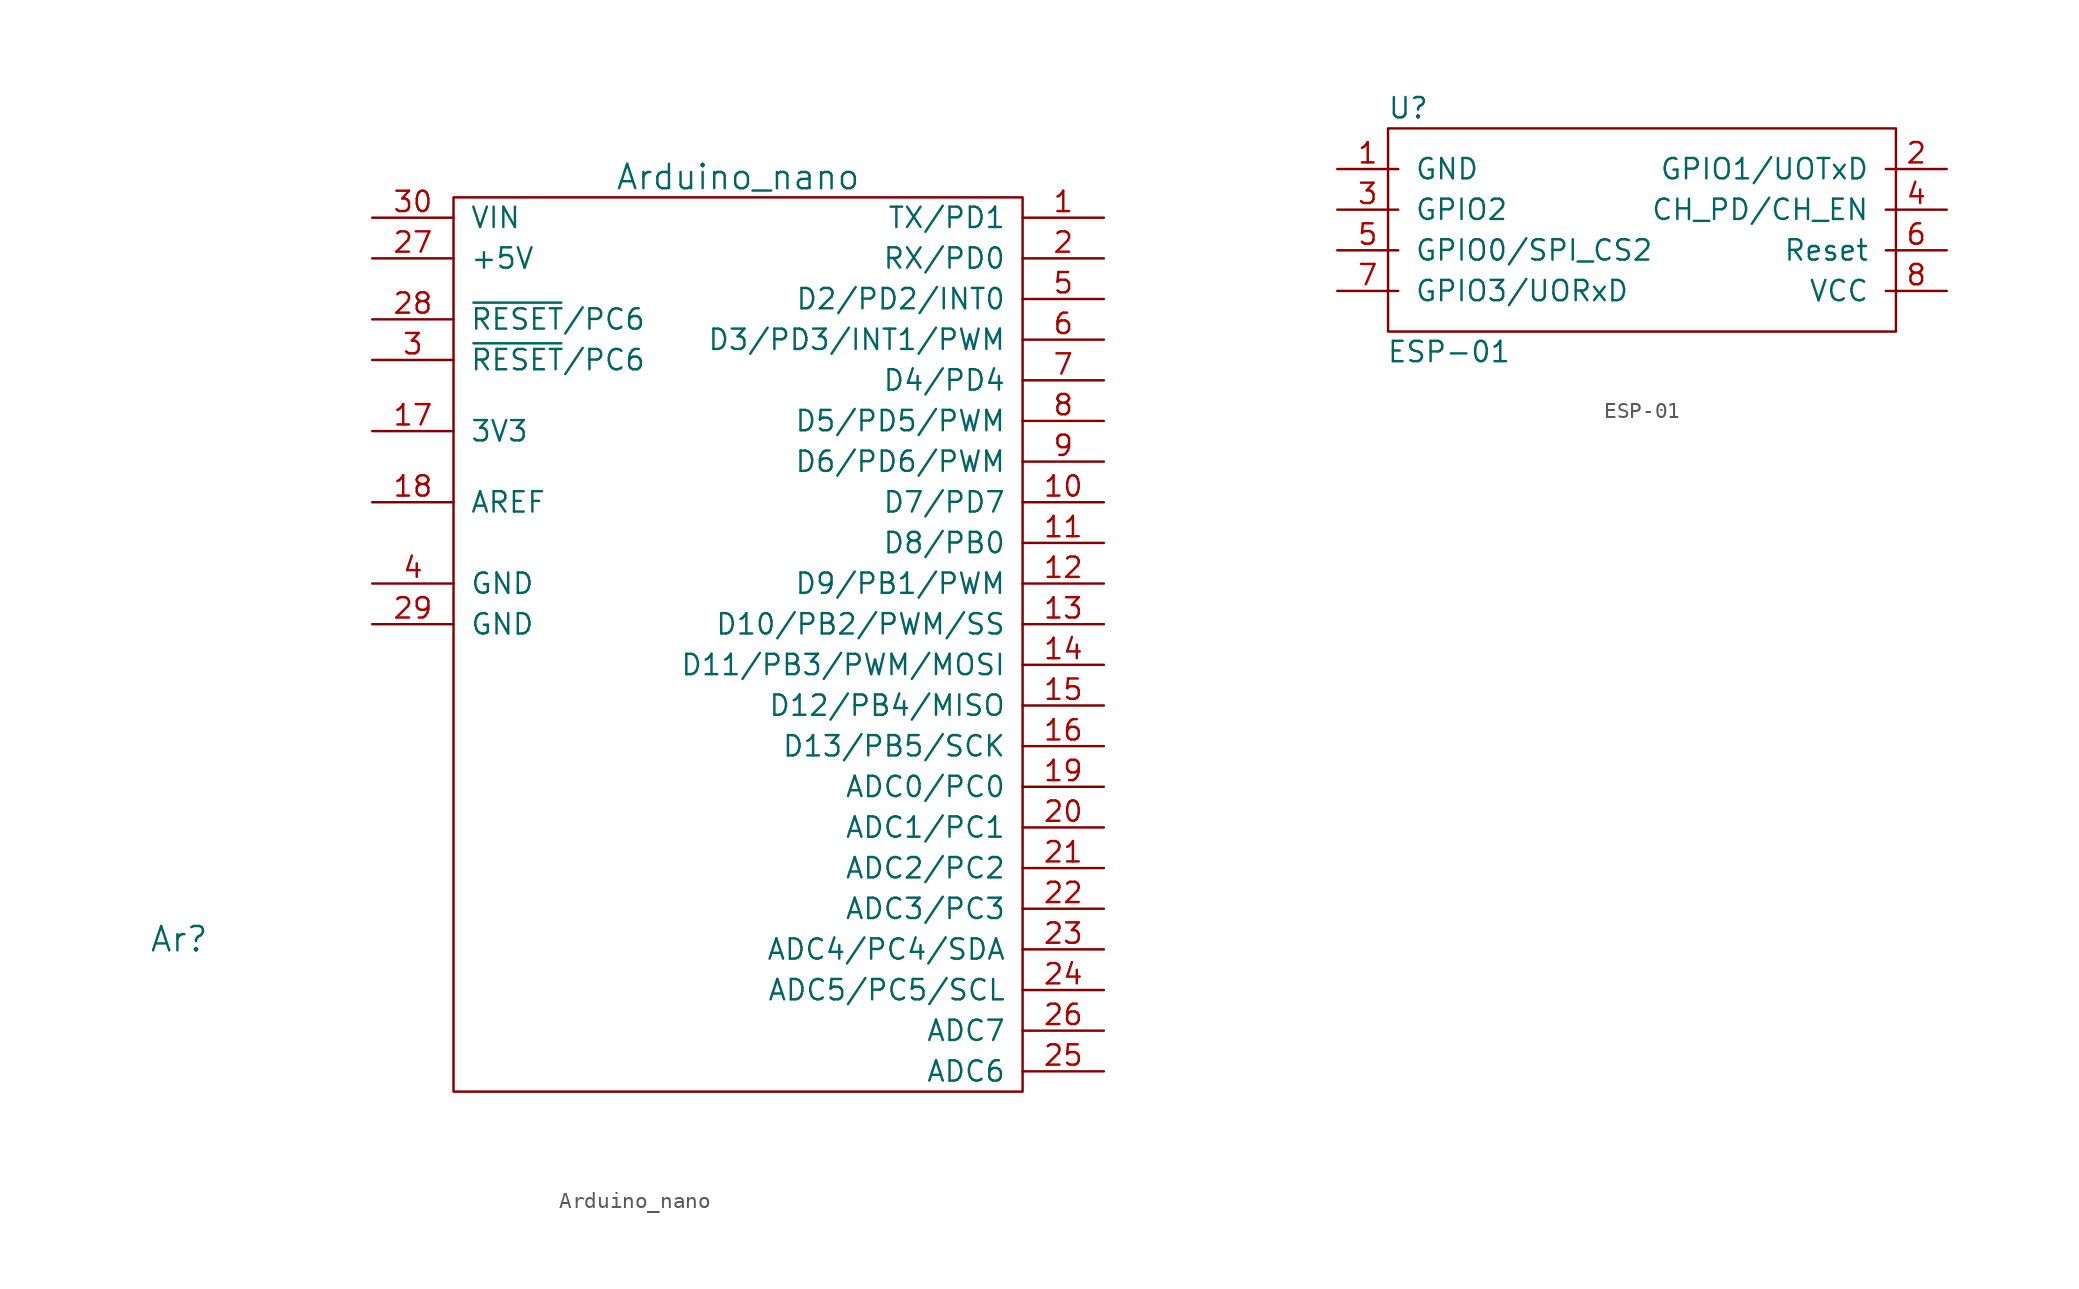
<source format=kicad_sym>
(kicad_symbol_lib
  (version 20211014)
  (generator kicad_symbol_editor)
  (symbol "Arduino_nano"
    (pin_names
      (offset 1.016))
    (property "Reference" "Ar"
      (at -34.925 -26.035 0)
      (effects (font (size 1.524 1.524))))
    (property "Value" "Arduino_nano"
      (at 0 21.59 0)
      (effects (font (size 1.524 1.524))))
    (property "Footprint" ""
      (at 0 0 0)
      (effects (font (size 1.524 1.524))))
    (property "Datasheet" ""
      (at 0 0 0)
      (effects (font (size 1.524 1.524))))
    (symbol "Arduino_nano_0_1"
      (rectangle (start -17.78 20.32) (end 17.78 -35.56) (stroke (width 0) (type default) (color 0 0 0 0)) (fill (type none))))
    (symbol "Arduino_nano_1_1"
      (pin tri_state line (at 22.86 19.05 180) (length 5.08) (name "TX/PD1" (effects (font (size 1.27 1.27)))) (number "1" (effects (font (size 1.27 1.27)))))
      (pin input line (at 22.86 1.27 180) (length 5.08) (name "D7/PD7" (effects (font (size 1.27 1.27)))) (number "10" (effects (font (size 1.27 1.27)))))
      (pin input line (at 22.86 -1.27 180) (length 5.08) (name "D8/PB0" (effects (font (size 1.27 1.27)))) (number "11" (effects (font (size 1.27 1.27)))))
      (pin input line (at 22.86 -3.81 180) (length 5.08) (name "D9/PB1/PWM" (effects (font (size 1.27 1.27)))) (number "12" (effects (font (size 1.27 1.27)))))
      (pin input line (at 22.86 -6.35 180) (length 5.08) (name "D10/PB2/PWM/SS" (effects (font (size 1.27 1.27)))) (number "13" (effects (font (size 1.27 1.27)))))
      (pin input line (at 22.86 -8.89 180) (length 5.08) (name "D11/PB3/PWM/MOSI" (effects (font (size 1.27 1.27)))) (number "14" (effects (font (size 1.27 1.27)))))
      (pin input line (at 22.86 -11.43 180) (length 5.08) (name "D12/PB4/MISO" (effects (font (size 1.27 1.27)))) (number "15" (effects (font (size 1.27 1.27)))))
      (pin input line (at 22.86 -13.97 180) (length 5.08) (name "D13/PB5/SCK" (effects (font (size 1.27 1.27)))) (number "16" (effects (font (size 1.27 1.27)))))
      (pin power_out line (at -22.86 5.715 0) (length 5.08) (name "3V3" (effects (font (size 1.27 1.27)))) (number "17" (effects (font (size 1.27 1.27)))))
      (pin input line (at -22.86 1.27 0) (length 5.08) (name "AREF" (effects (font (size 1.27 1.27)))) (number "18" (effects (font (size 1.27 1.27)))))
      (pin tri_state line (at 22.86 -16.51 180) (length 5.08) (name "ADC0/PC0" (effects (font (size 1.27 1.27)))) (number "19" (effects (font (size 1.27 1.27)))))
      (pin tri_state line (at 22.86 16.51 180) (length 5.08) (name "RX/PD0" (effects (font (size 1.27 1.27)))) (number "2" (effects (font (size 1.27 1.27)))))
      (pin input line (at 22.86 -19.05 180) (length 5.08) (name "ADC1/PC1" (effects (font (size 1.27 1.27)))) (number "20" (effects (font (size 1.27 1.27)))))
      (pin input line (at 22.86 -21.59 180) (length 5.08) (name "ADC2/PC2" (effects (font (size 1.27 1.27)))) (number "21" (effects (font (size 1.27 1.27)))))
      (pin input line (at 22.86 -24.13 180) (length 5.08) (name "ADC3/PC3" (effects (font (size 1.27 1.27)))) (number "22" (effects (font (size 1.27 1.27)))))
      (pin input line (at 22.86 -26.67 180) (length 5.08) (name "ADC4/PC4/SDA" (effects (font (size 1.27 1.27)))) (number "23" (effects (font (size 1.27 1.27)))))
      (pin input line (at 22.86 -29.21 180) (length 5.08) (name "ADC5/PC5/SCL" (effects (font (size 1.27 1.27)))) (number "24" (effects (font (size 1.27 1.27)))))
      (pin input line (at 22.86 -34.29 180) (length 5.08) (name "ADC6" (effects (font (size 1.27 1.27)))) (number "25" (effects (font (size 1.27 1.27)))))
      (pin input line (at 22.86 -31.75 180) (length 5.08) (name "ADC7" (effects (font (size 1.27 1.27)))) (number "26" (effects (font (size 1.27 1.27)))))
      (pin input line (at -22.86 16.51 0) (length 5.08) (name "+5V" (effects (font (size 1.27 1.27)))) (number "27" (effects (font (size 1.27 1.27)))))
      (pin input line (at -22.86 12.7 0) (length 5.08) (name "~{RESET}/PC6" (effects (font (size 1.27 1.27)))) (number "28" (effects (font (size 1.27 1.27)))))
      (pin input line (at -22.86 -6.35 0) (length 5.08) (name "GND" (effects (font (size 1.27 1.27)))) (number "29" (effects (font (size 1.27 1.27)))))
      (pin tri_state line (at -22.86 10.16 0) (length 5.08) (name "~{RESET}/PC6" (effects (font (size 1.27 1.27)))) (number "3" (effects (font (size 1.27 1.27)))))
      (pin input line (at -22.86 19.05 0) (length 5.08) (name "VIN" (effects (font (size 1.27 1.27)))) (number "30" (effects (font (size 1.27 1.27)))))
      (pin power_in line (at -22.86 -3.81 0) (length 5.08) (name "GND" (effects (font (size 1.27 1.27)))) (number "4" (effects (font (size 1.27 1.27)))))
      (pin tri_state line (at 22.86 13.97 180) (length 5.08) (name "D2/PD2/INT0" (effects (font (size 1.27 1.27)))) (number "5" (effects (font (size 1.27 1.27)))))
      (pin input line (at 22.86 11.43 180) (length 5.08) (name "D3/PD3/INT1/PWM" (effects (font (size 1.27 1.27)))) (number "6" (effects (font (size 1.27 1.27)))))
      (pin input line (at 22.86 8.89 180) (length 5.08) (name "D4/PD4" (effects (font (size 1.27 1.27)))) (number "7" (effects (font (size 1.27 1.27)))))
      (pin input line (at 22.86 6.35 180) (length 5.08) (name "D5/PD5/PWM" (effects (font (size 1.27 1.27)))) (number "8" (effects (font (size 1.27 1.27)))))
      (pin input line (at 22.86 3.81 180) (length 5.08) (name "D6/PD6/PWM" (effects (font (size 1.27 1.27)))) (number "9" (effects (font (size 1.27 1.27)))))))
  (symbol "ESP-01"
    (pin_names
      (offset 1.016))
    (property "Reference" "U"
      (at 4.445 3.81 0)
      (effects (font (size 1.27 1.27))))
    (property "Value" "ESP-01"
      (at 6.985 -11.43 0)
      (effects (font (size 1.27 1.27))))
    (symbol "ESP-01_0_1"
      (polyline (pts (xy 3.175 2.54) (xy 34.925 2.54) (xy 34.925 -10.16) (xy 3.175 -10.16) (xy 3.175 2.54)) (stroke (width 0.152) (type default) (color 0 0 0 0)) (fill (type none))))
    (symbol "ESP-01_1_1"
      (pin output line (at 0 0 0) (length 3.81) (name "GND" (effects (font (size 1.27 1.27)))) (number "1" (effects (font (size 1.27 1.27)))))
      (pin power_in line (at 38.1 0 180) (length 3.81) (name "GPIO1/UOTxD" (effects (font (size 1.27 1.27)))) (number "2" (effects (font (size 1.27 1.27)))))
      (pin input line (at 0 -2.54 0) (length 3.81) (name "GPIO2" (effects (font (size 1.27 1.27)))) (number "3" (effects (font (size 1.27 1.27)))))
      (pin tri_state line (at 38.1 -2.54 180) (length 3.81) (name "CH_PD/CH_EN" (effects (font (size 1.27 1.27)))) (number "4" (effects (font (size 1.27 1.27)))))
      (pin input line (at 0 -5.08 0) (length 3.81) (name "GPIO0/SPI_CS2" (effects (font (size 1.27 1.27)))) (number "5" (effects (font (size 1.27 1.27)))))
      (pin tri_state line (at 38.1 -5.08 180) (length 3.81) (name "Reset" (effects (font (size 1.27 1.27)))) (number "6" (effects (font (size 1.27 1.27)))))
      (pin power_in line (at 0 -7.62 0) (length 3.81) (name "GPIO3/UORxD" (effects (font (size 1.27 1.27)))) (number "7" (effects (font (size 1.27 1.27)))))
      (pin input line (at 38.1 -7.62 180) (length 3.81) (name "VCC" (effects (font (size 1.27 1.27)))) (number "8" (effects (font (size 1.27 1.27))))))))
</source>
